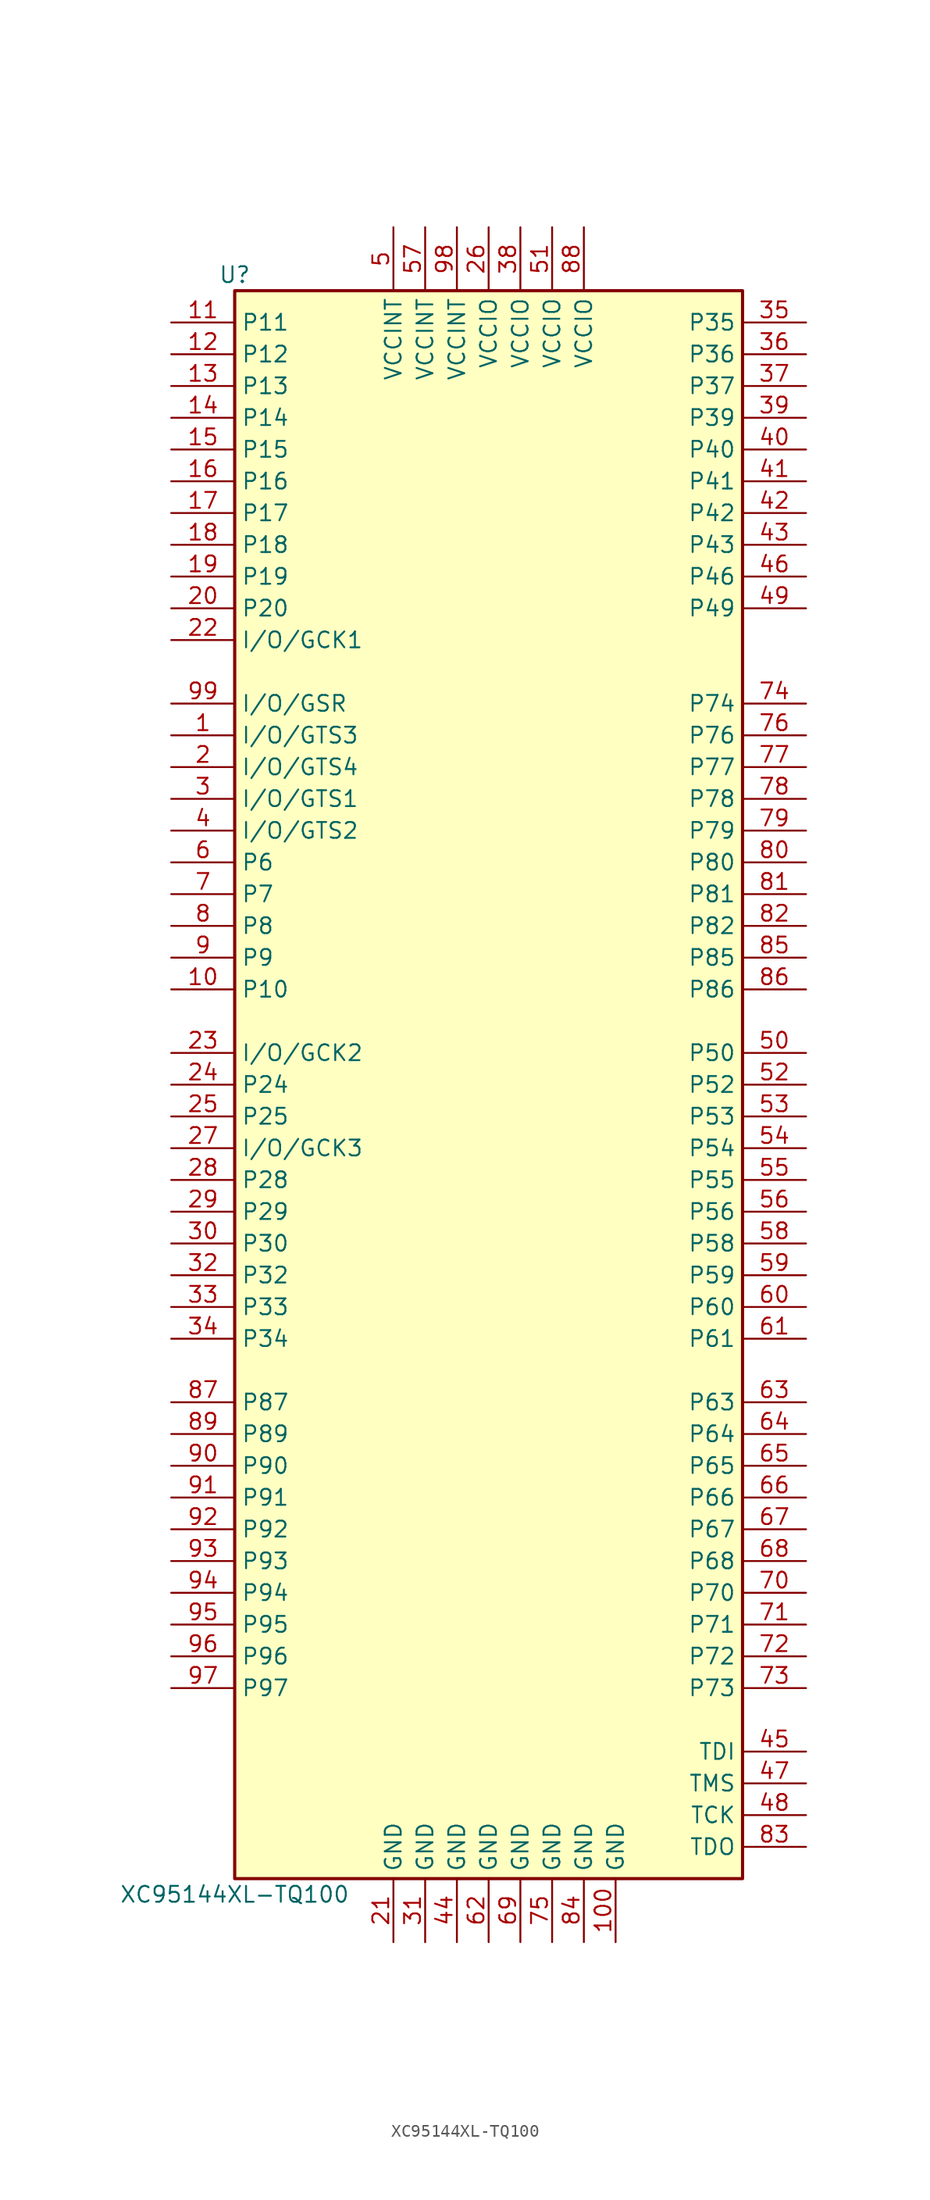
<source format=kicad_sym>
(kicad_symbol_lib
  (version 20201005)
  (generator kicad_symbol_editor)
  (symbol "CPLD_Xilinx:XC95144XL-TQ100"
    (property "Reference" "U"
      (at -20.32 64.77 0)
      (effects (font (size 1.27 1.27))))
    (property "Value" "XC95144XL-TQ100"
      (at -20.32 -64.77 0)
      (effects (font (size 1.27 1.27))))
    (symbol "XC95144XL-TQ100_1_1"
      (rectangle (start -20.32 63.5) (end 20.32 -63.5) (stroke (width 0.254)) (fill (type background)))
      (pin bidirectional line (at -25.4 27.94 0) (length 5.08) (name "I/O/GTS3" (effects (font (size 1.27 1.27)))) (number "1" (effects (font (size 1.27 1.27)))))
      (pin bidirectional line (at -25.4 25.4 0) (length 5.08) (name "I/O/GTS4" (effects (font (size 1.27 1.27)))) (number "2" (effects (font (size 1.27 1.27)))))
      (pin bidirectional line (at -25.4 22.86 0) (length 5.08) (name "I/O/GTS1" (effects (font (size 1.27 1.27)))) (number "3" (effects (font (size 1.27 1.27)))))
      (pin bidirectional line (at -25.4 20.32 0) (length 5.08) (name "I/O/GTS2" (effects (font (size 1.27 1.27)))) (number "4" (effects (font (size 1.27 1.27)))))
      (pin power_in line (at -7.62 68.58 270) (length 5.08) (name "VCCINT" (effects (font (size 1.27 1.27)))) (number "5" (effects (font (size 1.27 1.27)))))
      (pin bidirectional line (at -25.4 17.78 0) (length 5.08) (name "P6" (effects (font (size 1.27 1.27)))) (number "6" (effects (font (size 1.27 1.27)))))
      (pin bidirectional line (at -25.4 15.24 0) (length 5.08) (name "P7" (effects (font (size 1.27 1.27)))) (number "7" (effects (font (size 1.27 1.27)))))
      (pin bidirectional line (at -25.4 12.7 0) (length 5.08) (name "P8" (effects (font (size 1.27 1.27)))) (number "8" (effects (font (size 1.27 1.27)))))
      (pin bidirectional line (at -25.4 10.16 0) (length 5.08) (name "P9" (effects (font (size 1.27 1.27)))) (number "9" (effects (font (size 1.27 1.27)))))
      (pin bidirectional line (at -25.4 7.62 0) (length 5.08) (name "P10" (effects (font (size 1.27 1.27)))) (number "10" (effects (font (size 1.27 1.27)))))
      (pin bidirectional line (at -25.4 38.1 0) (length 5.08) (name "P20" (effects (font (size 1.27 1.27)))) (number "20" (effects (font (size 1.27 1.27)))))
      (pin bidirectional line (at -25.4 -12.7 0) (length 5.08) (name "P30" (effects (font (size 1.27 1.27)))) (number "30" (effects (font (size 1.27 1.27)))))
      (pin bidirectional line (at 25.4 50.8 180) (length 5.08) (name "P40" (effects (font (size 1.27 1.27)))) (number "40" (effects (font (size 1.27 1.27)))))
      (pin bidirectional line (at 25.4 2.54 180) (length 5.08) (name "P50" (effects (font (size 1.27 1.27)))) (number "50" (effects (font (size 1.27 1.27)))))
      (pin bidirectional line (at 25.4 -17.78 180) (length 5.08) (name "P60" (effects (font (size 1.27 1.27)))) (number "60" (effects (font (size 1.27 1.27)))))
      (pin bidirectional line (at 25.4 -40.64 180) (length 5.08) (name "P70" (effects (font (size 1.27 1.27)))) (number "70" (effects (font (size 1.27 1.27)))))
      (pin bidirectional line (at 25.4 17.78 180) (length 5.08) (name "P80" (effects (font (size 1.27 1.27)))) (number "80" (effects (font (size 1.27 1.27)))))
      (pin bidirectional line (at -25.4 -30.48 0) (length 5.08) (name "P90" (effects (font (size 1.27 1.27)))) (number "90" (effects (font (size 1.27 1.27)))))
      (pin bidirectional line (at -25.4 60.96 0) (length 5.08) (name "P11" (effects (font (size 1.27 1.27)))) (number "11" (effects (font (size 1.27 1.27)))))
      (pin power_in line (at -7.62 -68.58 90) (length 5.08) (name "GND" (effects (font (size 1.27 1.27)))) (number "21" (effects (font (size 1.27 1.27)))))
      (pin power_in line (at -5.08 -68.58 90) (length 5.08) (name "GND" (effects (font (size 1.27 1.27)))) (number "31" (effects (font (size 1.27 1.27)))))
      (pin bidirectional line (at 25.4 48.26 180) (length 5.08) (name "P41" (effects (font (size 1.27 1.27)))) (number "41" (effects (font (size 1.27 1.27)))))
      (pin power_in line (at 5.08 68.58 270) (length 5.08) (name "VCCIO" (effects (font (size 1.27 1.27)))) (number "51" (effects (font (size 1.27 1.27)))))
      (pin bidirectional line (at 25.4 -20.32 180) (length 5.08) (name "P61" (effects (font (size 1.27 1.27)))) (number "61" (effects (font (size 1.27 1.27)))))
      (pin bidirectional line (at 25.4 -43.18 180) (length 5.08) (name "P71" (effects (font (size 1.27 1.27)))) (number "71" (effects (font (size 1.27 1.27)))))
      (pin bidirectional line (at 25.4 15.24 180) (length 5.08) (name "P81" (effects (font (size 1.27 1.27)))) (number "81" (effects (font (size 1.27 1.27)))))
      (pin bidirectional line (at -25.4 -33.02 0) (length 5.08) (name "P91" (effects (font (size 1.27 1.27)))) (number "91" (effects (font (size 1.27 1.27)))))
      (pin bidirectional line (at -25.4 58.42 0) (length 5.08) (name "P12" (effects (font (size 1.27 1.27)))) (number "12" (effects (font (size 1.27 1.27)))))
      (pin bidirectional line (at -25.4 35.56 0) (length 5.08) (name "I/O/GCK1" (effects (font (size 1.27 1.27)))) (number "22" (effects (font (size 1.27 1.27)))))
      (pin bidirectional line (at -25.4 -15.24 0) (length 5.08) (name "P32" (effects (font (size 1.27 1.27)))) (number "32" (effects (font (size 1.27 1.27)))))
      (pin bidirectional line (at 25.4 45.72 180) (length 5.08) (name "P42" (effects (font (size 1.27 1.27)))) (number "42" (effects (font (size 1.27 1.27)))))
      (pin bidirectional line (at 25.4 0 180) (length 5.08) (name "P52" (effects (font (size 1.27 1.27)))) (number "52" (effects (font (size 1.27 1.27)))))
      (pin power_in line (at 0 -68.58 90) (length 5.08) (name "GND" (effects (font (size 1.27 1.27)))) (number "62" (effects (font (size 1.27 1.27)))))
      (pin bidirectional line (at 25.4 -45.72 180) (length 5.08) (name "P72" (effects (font (size 1.27 1.27)))) (number "72" (effects (font (size 1.27 1.27)))))
      (pin bidirectional line (at 25.4 12.7 180) (length 5.08) (name "P82" (effects (font (size 1.27 1.27)))) (number "82" (effects (font (size 1.27 1.27)))))
      (pin bidirectional line (at -25.4 -35.56 0) (length 5.08) (name "P92" (effects (font (size 1.27 1.27)))) (number "92" (effects (font (size 1.27 1.27)))))
      (pin bidirectional line (at -25.4 55.88 0) (length 5.08) (name "P13" (effects (font (size 1.27 1.27)))) (number "13" (effects (font (size 1.27 1.27)))))
      (pin bidirectional line (at -25.4 2.54 0) (length 5.08) (name "I/O/GCK2" (effects (font (size 1.27 1.27)))) (number "23" (effects (font (size 1.27 1.27)))))
      (pin bidirectional line (at -25.4 -17.78 0) (length 5.08) (name "P33" (effects (font (size 1.27 1.27)))) (number "33" (effects (font (size 1.27 1.27)))))
      (pin bidirectional line (at 25.4 43.18 180) (length 5.08) (name "P43" (effects (font (size 1.27 1.27)))) (number "43" (effects (font (size 1.27 1.27)))))
      (pin bidirectional line (at 25.4 -2.54 180) (length 5.08) (name "P53" (effects (font (size 1.27 1.27)))) (number "53" (effects (font (size 1.27 1.27)))))
      (pin bidirectional line (at 25.4 -25.4 180) (length 5.08) (name "P63" (effects (font (size 1.27 1.27)))) (number "63" (effects (font (size 1.27 1.27)))))
      (pin bidirectional line (at 25.4 -48.26 180) (length 5.08) (name "P73" (effects (font (size 1.27 1.27)))) (number "73" (effects (font (size 1.27 1.27)))))
      (pin output line (at 25.4 -60.96 180) (length 5.08) (name "TDO" (effects (font (size 1.27 1.27)))) (number "83" (effects (font (size 1.27 1.27)))))
      (pin bidirectional line (at -25.4 -38.1 0) (length 5.08) (name "P93" (effects (font (size 1.27 1.27)))) (number "93" (effects (font (size 1.27 1.27)))))
      (pin bidirectional line (at -25.4 53.34 0) (length 5.08) (name "P14" (effects (font (size 1.27 1.27)))) (number "14" (effects (font (size 1.27 1.27)))))
      (pin bidirectional line (at -25.4 0 0) (length 5.08) (name "P24" (effects (font (size 1.27 1.27)))) (number "24" (effects (font (size 1.27 1.27)))))
      (pin bidirectional line (at -25.4 -20.32 0) (length 5.08) (name "P34" (effects (font (size 1.27 1.27)))) (number "34" (effects (font (size 1.27 1.27)))))
      (pin power_in line (at -2.54 -68.58 90) (length 5.08) (name "GND" (effects (font (size 1.27 1.27)))) (number "44" (effects (font (size 1.27 1.27)))))
      (pin bidirectional line (at 25.4 -5.08 180) (length 5.08) (name "P54" (effects (font (size 1.27 1.27)))) (number "54" (effects (font (size 1.27 1.27)))))
      (pin bidirectional line (at 25.4 -27.94 180) (length 5.08) (name "P64" (effects (font (size 1.27 1.27)))) (number "64" (effects (font (size 1.27 1.27)))))
      (pin bidirectional line (at 25.4 30.48 180) (length 5.08) (name "P74" (effects (font (size 1.27 1.27)))) (number "74" (effects (font (size 1.27 1.27)))))
      (pin power_in line (at 7.62 -68.58 90) (length 5.08) (name "GND" (effects (font (size 1.27 1.27)))) (number "84" (effects (font (size 1.27 1.27)))))
      (pin bidirectional line (at -25.4 -40.64 0) (length 5.08) (name "P94" (effects (font (size 1.27 1.27)))) (number "94" (effects (font (size 1.27 1.27)))))
      (pin bidirectional line (at -25.4 50.8 0) (length 5.08) (name "P15" (effects (font (size 1.27 1.27)))) (number "15" (effects (font (size 1.27 1.27)))))
      (pin bidirectional line (at -25.4 -2.54 0) (length 5.08) (name "P25" (effects (font (size 1.27 1.27)))) (number "25" (effects (font (size 1.27 1.27)))))
      (pin bidirectional line (at 25.4 60.96 180) (length 5.08) (name "P35" (effects (font (size 1.27 1.27)))) (number "35" (effects (font (size 1.27 1.27)))))
      (pin input line (at 25.4 -53.34 180) (length 5.08) (name "TDI" (effects (font (size 1.27 1.27)))) (number "45" (effects (font (size 1.27 1.27)))))
      (pin bidirectional line (at 25.4 -7.62 180) (length 5.08) (name "P55" (effects (font (size 1.27 1.27)))) (number "55" (effects (font (size 1.27 1.27)))))
      (pin bidirectional line (at 25.4 -30.48 180) (length 5.08) (name "P65" (effects (font (size 1.27 1.27)))) (number "65" (effects (font (size 1.27 1.27)))))
      (pin power_in line (at 5.08 -68.58 90) (length 5.08) (name "GND" (effects (font (size 1.27 1.27)))) (number "75" (effects (font (size 1.27 1.27)))))
      (pin bidirectional line (at 25.4 10.16 180) (length 5.08) (name "P85" (effects (font (size 1.27 1.27)))) (number "85" (effects (font (size 1.27 1.27)))))
      (pin bidirectional line (at -25.4 -43.18 0) (length 5.08) (name "P95" (effects (font (size 1.27 1.27)))) (number "95" (effects (font (size 1.27 1.27)))))
      (pin bidirectional line (at -25.4 48.26 0) (length 5.08) (name "P16" (effects (font (size 1.27 1.27)))) (number "16" (effects (font (size 1.27 1.27)))))
      (pin power_in line (at 0 68.58 270) (length 5.08) (name "VCCIO" (effects (font (size 1.27 1.27)))) (number "26" (effects (font (size 1.27 1.27)))))
      (pin bidirectional line (at 25.4 58.42 180) (length 5.08) (name "P36" (effects (font (size 1.27 1.27)))) (number "36" (effects (font (size 1.27 1.27)))))
      (pin bidirectional line (at 25.4 40.64 180) (length 5.08) (name "P46" (effects (font (size 1.27 1.27)))) (number "46" (effects (font (size 1.27 1.27)))))
      (pin bidirectional line (at 25.4 -10.16 180) (length 5.08) (name "P56" (effects (font (size 1.27 1.27)))) (number "56" (effects (font (size 1.27 1.27)))))
      (pin bidirectional line (at 25.4 -33.02 180) (length 5.08) (name "P66" (effects (font (size 1.27 1.27)))) (number "66" (effects (font (size 1.27 1.27)))))
      (pin bidirectional line (at 25.4 27.94 180) (length 5.08) (name "P76" (effects (font (size 1.27 1.27)))) (number "76" (effects (font (size 1.27 1.27)))))
      (pin bidirectional line (at 25.4 7.62 180) (length 5.08) (name "P86" (effects (font (size 1.27 1.27)))) (number "86" (effects (font (size 1.27 1.27)))))
      (pin bidirectional line (at -25.4 -45.72 0) (length 5.08) (name "P96" (effects (font (size 1.27 1.27)))) (number "96" (effects (font (size 1.27 1.27)))))
      (pin bidirectional line (at -25.4 45.72 0) (length 5.08) (name "P17" (effects (font (size 1.27 1.27)))) (number "17" (effects (font (size 1.27 1.27)))))
      (pin bidirectional line (at -25.4 -5.08 0) (length 5.08) (name "I/O/GCK3" (effects (font (size 1.27 1.27)))) (number "27" (effects (font (size 1.27 1.27)))))
      (pin bidirectional line (at 25.4 55.88 180) (length 5.08) (name "P37" (effects (font (size 1.27 1.27)))) (number "37" (effects (font (size 1.27 1.27)))))
      (pin input line (at 25.4 -55.88 180) (length 5.08) (name "TMS" (effects (font (size 1.27 1.27)))) (number "47" (effects (font (size 1.27 1.27)))))
      (pin power_in line (at -5.08 68.58 270) (length 5.08) (name "VCCINT" (effects (font (size 1.27 1.27)))) (number "57" (effects (font (size 1.27 1.27)))))
      (pin bidirectional line (at 25.4 -35.56 180) (length 5.08) (name "P67" (effects (font (size 1.27 1.27)))) (number "67" (effects (font (size 1.27 1.27)))))
      (pin bidirectional line (at 25.4 25.4 180) (length 5.08) (name "P77" (effects (font (size 1.27 1.27)))) (number "77" (effects (font (size 1.27 1.27)))))
      (pin bidirectional line (at -25.4 -25.4 0) (length 5.08) (name "P87" (effects (font (size 1.27 1.27)))) (number "87" (effects (font (size 1.27 1.27)))))
      (pin bidirectional line (at -25.4 -48.26 0) (length 5.08) (name "P97" (effects (font (size 1.27 1.27)))) (number "97" (effects (font (size 1.27 1.27)))))
      (pin bidirectional line (at -25.4 43.18 0) (length 5.08) (name "P18" (effects (font (size 1.27 1.27)))) (number "18" (effects (font (size 1.27 1.27)))))
      (pin bidirectional line (at -25.4 -7.62 0) (length 5.08) (name "P28" (effects (font (size 1.27 1.27)))) (number "28" (effects (font (size 1.27 1.27)))))
      (pin power_in line (at 2.54 68.58 270) (length 5.08) (name "VCCIO" (effects (font (size 1.27 1.27)))) (number "38" (effects (font (size 1.27 1.27)))))
      (pin input line (at 25.4 -58.42 180) (length 5.08) (name "TCK" (effects (font (size 1.27 1.27)))) (number "48" (effects (font (size 1.27 1.27)))))
      (pin bidirectional line (at 25.4 -12.7 180) (length 5.08) (name "P58" (effects (font (size 1.27 1.27)))) (number "58" (effects (font (size 1.27 1.27)))))
      (pin bidirectional line (at 25.4 -38.1 180) (length 5.08) (name "P68" (effects (font (size 1.27 1.27)))) (number "68" (effects (font (size 1.27 1.27)))))
      (pin bidirectional line (at 25.4 22.86 180) (length 5.08) (name "P78" (effects (font (size 1.27 1.27)))) (number "78" (effects (font (size 1.27 1.27)))))
      (pin power_in line (at 7.62 68.58 270) (length 5.08) (name "VCCIO" (effects (font (size 1.27 1.27)))) (number "88" (effects (font (size 1.27 1.27)))))
      (pin power_in line (at -2.54 68.58 270) (length 5.08) (name "VCCINT" (effects (font (size 1.27 1.27)))) (number "98" (effects (font (size 1.27 1.27)))))
      (pin bidirectional line (at -25.4 40.64 0) (length 5.08) (name "P19" (effects (font (size 1.27 1.27)))) (number "19" (effects (font (size 1.27 1.27)))))
      (pin bidirectional line (at -25.4 -10.16 0) (length 5.08) (name "P29" (effects (font (size 1.27 1.27)))) (number "29" (effects (font (size 1.27 1.27)))))
      (pin bidirectional line (at 25.4 53.34 180) (length 5.08) (name "P39" (effects (font (size 1.27 1.27)))) (number "39" (effects (font (size 1.27 1.27)))))
      (pin bidirectional line (at 25.4 38.1 180) (length 5.08) (name "P49" (effects (font (size 1.27 1.27)))) (number "49" (effects (font (size 1.27 1.27)))))
      (pin bidirectional line (at 25.4 -15.24 180) (length 5.08) (name "P59" (effects (font (size 1.27 1.27)))) (number "59" (effects (font (size 1.27 1.27)))))
      (pin power_in line (at 2.54 -68.58 90) (length 5.08) (name "GND" (effects (font (size 1.27 1.27)))) (number "69" (effects (font (size 1.27 1.27)))))
      (pin bidirectional line (at 25.4 20.32 180) (length 5.08) (name "P79" (effects (font (size 1.27 1.27)))) (number "79" (effects (font (size 1.27 1.27)))))
      (pin bidirectional line (at -25.4 -27.94 0) (length 5.08) (name "P89" (effects (font (size 1.27 1.27)))) (number "89" (effects (font (size 1.27 1.27)))))
      (pin bidirectional line (at -25.4 30.48 0) (length 5.08) (name "I/O/GSR" (effects (font (size 1.27 1.27)))) (number "99" (effects (font (size 1.27 1.27)))))
      (pin power_in line (at 10.16 -68.58 90) (length 5.08) (name "GND" (effects (font (size 1.27 1.27)))) (number "100" (effects (font (size 1.27 1.27))))))))
</source>
